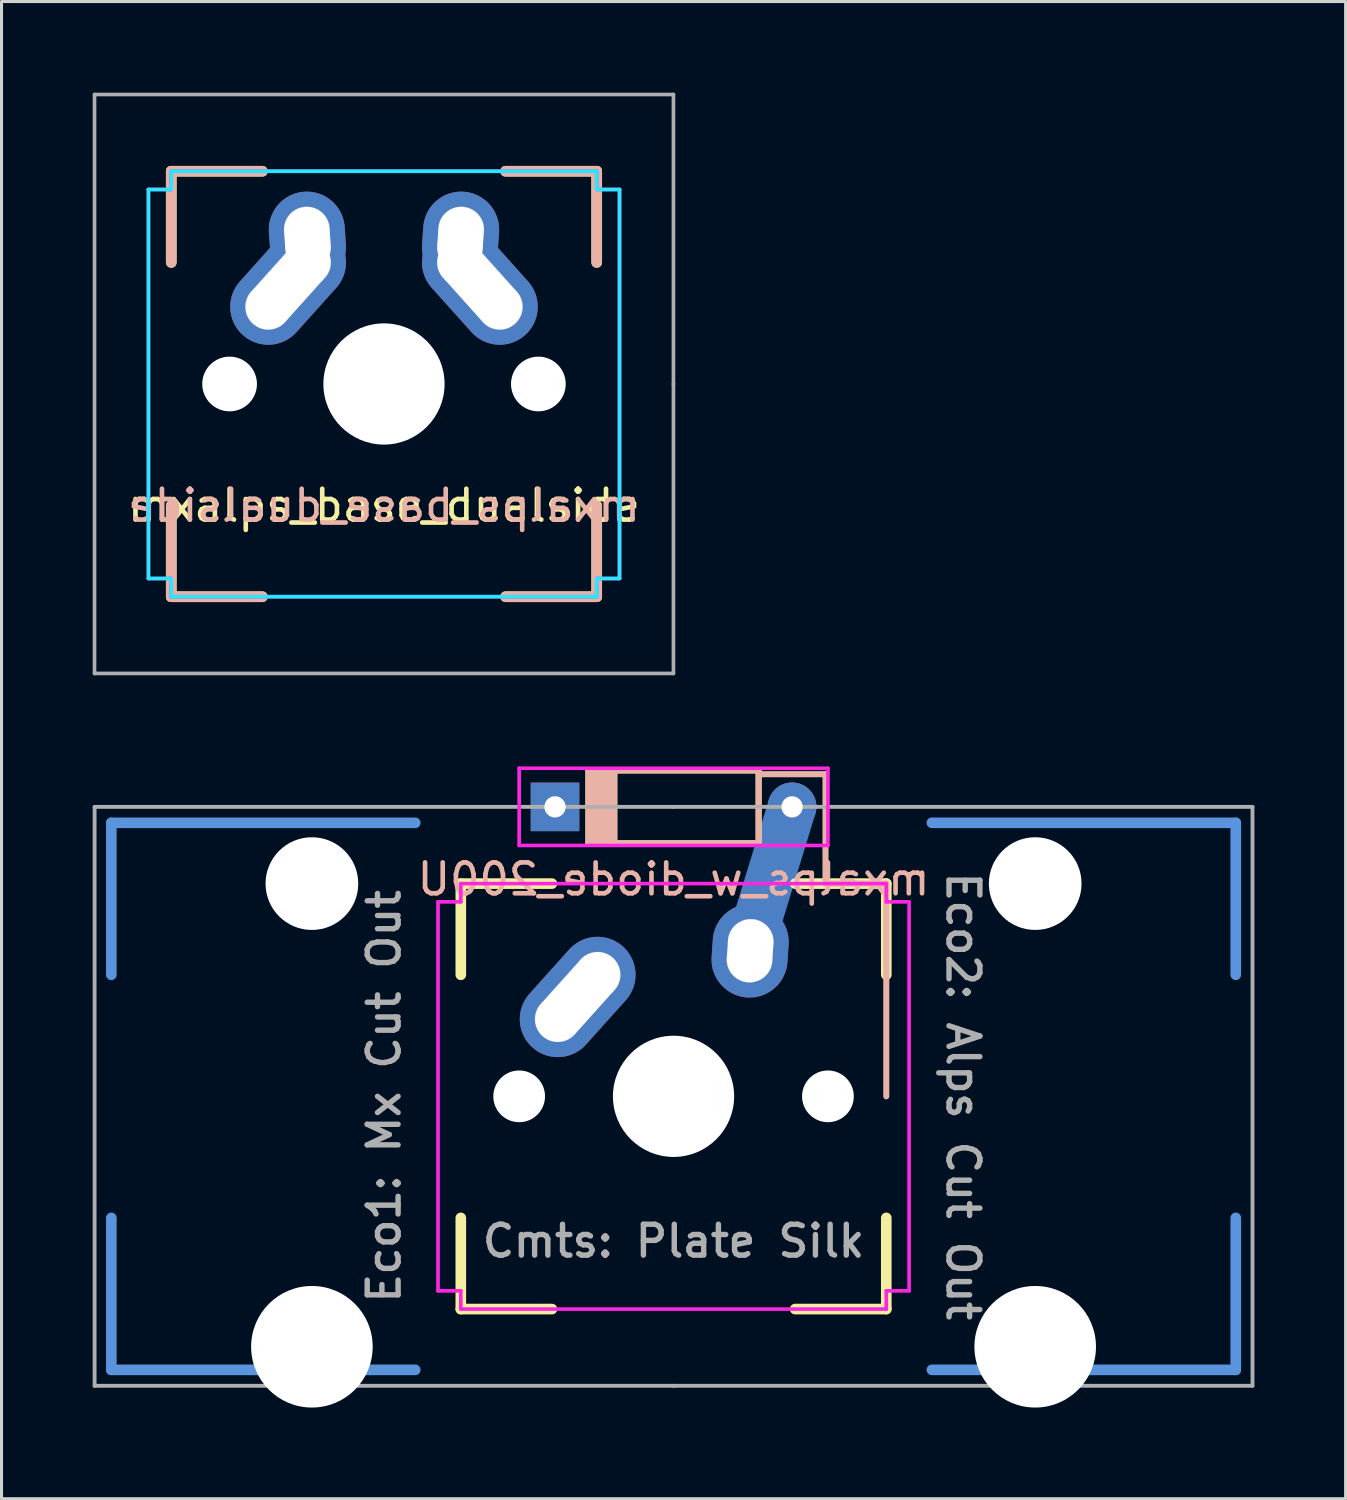
<source format=kicad_pcb>
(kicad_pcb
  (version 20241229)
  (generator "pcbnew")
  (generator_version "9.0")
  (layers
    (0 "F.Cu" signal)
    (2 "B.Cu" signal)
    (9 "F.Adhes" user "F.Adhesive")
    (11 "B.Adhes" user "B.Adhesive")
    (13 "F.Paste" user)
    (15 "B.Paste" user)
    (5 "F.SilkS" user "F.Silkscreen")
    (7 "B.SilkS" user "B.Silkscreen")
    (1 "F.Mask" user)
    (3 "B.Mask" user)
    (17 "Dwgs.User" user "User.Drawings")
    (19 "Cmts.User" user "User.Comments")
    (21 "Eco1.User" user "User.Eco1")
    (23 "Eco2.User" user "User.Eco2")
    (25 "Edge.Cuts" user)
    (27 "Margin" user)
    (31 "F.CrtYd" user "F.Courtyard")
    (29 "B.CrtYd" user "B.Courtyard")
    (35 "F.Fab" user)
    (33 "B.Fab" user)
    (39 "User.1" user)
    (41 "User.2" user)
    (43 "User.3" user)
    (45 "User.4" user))
  (footprint "mxalps_w_diode_200U"
    (layer "F.Cu")
    (at 19.113 33.025)
    (property "Reference" "mxalps_w_diode_200U" (at 0 -7.144 0) (layer "B.SilkS") (effects (font (size 1.016 1.016) (thickness 0.152)) (justify mirror)))
    (attr through_hole)
    (fp_line (start -7 -7) (end -7 -4) (stroke (width 0.35) (type solid)) (layer "F.SilkS"))
    (fp_line (start -7 -7) (end -4 -7) (stroke (width 0.35) (type solid)) (layer "F.SilkS"))
    (fp_line (start -7 7) (end -7 4) (stroke (width 0.35) (type solid)) (layer "F.SilkS"))
    (fp_line (start -7 7) (end -4 7) (stroke (width 0.35) (type solid)) (layer "F.SilkS"))
    (fp_line (start -2.8 -10.725) (end -2.8 -8.325) (stroke (width 0.2) (type solid)) (layer "F.SilkS"))
    (fp_line (start -2.8 -10.725) (end 2.8 -10.725) (stroke (width 0.2) (type solid)) (layer "F.SilkS"))
    (fp_line (start -2.625 -10.725) (end -2.625 -8.325) (stroke (width 0.2) (type solid)) (layer "F.SilkS"))
    (fp_line (start -2.45 -10.725) (end -2.45 -8.325) (stroke (width 0.2) (type solid)) (layer "F.SilkS"))
    (fp_line (start -2.275 -10.725) (end -2.275 -8.325) (stroke (width 0.2) (type solid)) (layer "F.SilkS"))
    (fp_line (start -2.1 -10.725) (end -2.1 -8.325) (stroke (width 0.2) (type solid)) (layer "F.SilkS"))
    (fp_line (start -1.95 -10.725) (end -1.95 -8.325) (stroke (width 0.2) (type solid)) (layer "F.SilkS"))
    (fp_line (start 2.8 -10.725) (end 2.8 -8.325) (stroke (width 0.2) (type solid)) (layer "F.SilkS"))
    (fp_line (start 2.8 -8.325) (end -2.8 -8.325) (stroke (width 0.2) (type solid)) (layer "F.SilkS"))
    (fp_line (start 7 -7) (end 4 -7) (stroke (width 0.35) (type solid)) (layer "F.SilkS"))
    (fp_line (start 7 -7) (end 7 -4) (stroke (width 0.35) (type solid)) (layer "F.SilkS"))
    (fp_line (start 7 7) (end 4 7) (stroke (width 0.35) (type solid)) (layer "F.SilkS"))
    (fp_line (start 7 7) (end 7 4) (stroke (width 0.35) (type solid)) (layer "F.SilkS"))
    (fp_line (start -2.8 -8.325) (end -2.8 -10.725) (stroke (width 0.2) (type solid)) (layer "B.SilkS"))
    (fp_line (start -2.8 -8.325) (end 2.8 -8.325) (stroke (width 0.2) (type solid)) (layer "B.SilkS"))
    (fp_line (start -2.625 -8.325) (end -2.625 -10.725) (stroke (width 0.2) (type solid)) (layer "B.SilkS"))
    (fp_line (start -2.45 -8.325) (end -2.45 -10.725) (stroke (width 0.2) (type solid)) (layer "B.SilkS"))
    (fp_line (start -2.275 -8.325) (end -2.275 -10.725) (stroke (width 0.2) (type solid)) (layer "B.SilkS"))
    (fp_line (start -2.1 -8.325) (end -2.1 -10.725) (stroke (width 0.2) (type solid)) (layer "B.SilkS"))
    (fp_line (start -1.95 -8.325) (end -1.95 -10.725) (stroke (width 0.2) (type solid)) (layer "B.SilkS"))
    (fp_line (start 2.8 -10.725) (end -2.8 -10.725) (stroke (width 0.2) (type solid)) (layer "B.SilkS"))
    (fp_line (start 2.8 -8.325) (end 2.8 -10.725) (stroke (width 0.2) (type solid)) (layer "B.SilkS"))
    (fp_line (start 5 -10.6) (end 2.9 -10.6) (stroke (width 0.2) (type solid)) (layer "B.SilkS"))
    (fp_line (start 5 -7) (end 5 -10.6) (stroke (width 0.2) (type solid)) (layer "B.SilkS"))
    (fp_line (start 7 -7) (end 5 -7) (stroke (width 0.2) (type solid)) (layer "B.SilkS"))
    (fp_line (start 7 -7) (end 7 0) (stroke (width 0.2) (type solid)) (layer "B.SilkS"))
    (fp_circle (center -3.81 -2.54) (end -3.06 -2.54) (stroke (width 0.01) (type solid)) (fill no) (layer "Dwgs.User"))
    (fp_circle (center -2.5 -4) (end -1.75 -4) (stroke (width 0.01) (type solid)) (fill no) (layer "Dwgs.User"))
    (fp_circle (center 2.5 -4.5) (end 3.25 -4.5) (stroke (width 0.01) (type solid)) (fill no) (layer "Dwgs.User"))
    (fp_circle (center 2.54 -5.08) (end 3.29 -5.08) (stroke (width 0.01) (type solid)) (fill no) (layer "Dwgs.User"))
    (fp_line (start -18.5 -9) (end -18.5 -4) (stroke (width 0.35) (type solid)) (layer "Cmts.User"))
    (fp_line (start -18.5 -9) (end -8.5 -9) (stroke (width 0.35) (type solid)) (layer "Cmts.User"))
    (fp_line (start -18.5 9) (end -18.5 4) (stroke (width 0.35) (type solid)) (layer "Cmts.User"))
    (fp_line (start -18.5 9) (end -8.5 9) (stroke (width 0.35) (type solid)) (layer "Cmts.User"))
    (fp_line (start 18.5 -9) (end 8.5 -9) (stroke (width 0.35) (type solid)) (layer "Cmts.User"))
    (fp_line (start 18.5 -9) (end 18.5 -4) (stroke (width 0.35) (type solid)) (layer "Cmts.User"))
    (fp_line (start 18.5 9) (end 8.5 9) (stroke (width 0.35) (type solid)) (layer "Cmts.User"))
    (fp_line (start 18.5 9) (end 18.5 4) (stroke (width 0.35) (type solid)) (layer "Cmts.User"))
    (fp_line (start -16.13 -2.3) (end -16.13 0.5) (stroke (width 0.1) (type solid)) (layer "Eco1.User"))
    (fp_line (start -16.13 0.5) (end -15.33 0.5) (stroke (width 0.1) (type solid)) (layer "Eco1.User"))
    (fp_line (start -15.33 -5.63) (end -15.33 -2.3) (stroke (width 0.1) (type solid)) (layer "Eco1.User"))
    (fp_line (start -15.33 -2.3) (end -16.13 -2.3) (stroke (width 0.1) (type solid)) (layer "Eco1.User"))
    (fp_line (start -15.33 0.5) (end -15.33 6.77) (stroke (width 0.1) (type solid)) (layer "Eco1.User"))
    (fp_line (start -15.33 6.77) (end -13.555 6.77) (stroke (width 0.1) (type solid)) (layer "Eco1.User"))
    (fp_line (start -13.555 6.77) (end -13.555 7.87) (stroke (width 0.1) (type solid)) (layer "Eco1.User"))
    (fp_line (start -13.555 7.87) (end -10.255 7.87) (stroke (width 0.1) (type solid)) (layer "Eco1.User"))
    (fp_line (start -10.255 6.77) (end -8.48 6.77) (stroke (width 0.1) (type solid)) (layer "Eco1.User"))
    (fp_line (start -10.255 7.87) (end -10.255 6.77) (stroke (width 0.1) (type solid)) (layer "Eco1.User"))
    (fp_line (start -8.48 -5.63) (end -15.33 -5.63) (stroke (width 0.1) (type solid)) (layer "Eco1.User"))
    (fp_line (start -8.48 -3.7) (end -8.48 -5.63) (stroke (width 0.1) (type solid)) (layer "Eco1.User"))
    (fp_line (start -8.48 3.7) (end -7 3.7) (stroke (width 0.1) (type solid)) (layer "Eco1.User"))
    (fp_line (start -8.48 6.77) (end -8.48 3.7) (stroke (width 0.1) (type solid)) (layer "Eco1.User"))
    (fp_line (start -7 -7) (end -7 -3.7) (stroke (width 0.1) (type solid)) (layer "Eco1.User"))
    (fp_line (start -7 -3.7) (end -8.48 -3.7) (stroke (width 0.1) (type solid)) (layer "Eco1.User"))
    (fp_line (start -7 3.7) (end -7 7) (stroke (width 0.1) (type solid)) (layer "Eco1.User"))
    (fp_line (start -7 7) (end 7 7) (stroke (width 0.1) (type solid)) (layer "Eco1.User"))
    (fp_line (start 7 -7) (end -7 -7) (stroke (width 0.1) (type solid)) (layer "Eco1.User"))
    (fp_line (start 7 -3.7) (end 7 -7) (stroke (width 0.1) (type solid)) (layer "Eco1.User"))
    (fp_line (start 7 3.7) (end 8.48 3.7) (stroke (width 0.1) (type solid)) (layer "Eco1.User"))
    (fp_line (start 7 7) (end 7 3.7) (stroke (width 0.1) (type solid)) (layer "Eco1.User"))
    (fp_line (start 8.48 -5.63) (end 8.48 -3.7) (stroke (width 0.1) (type solid)) (layer "Eco1.User"))
    (fp_line (start 8.48 -3.7) (end 7 -3.7) (stroke (width 0.1) (type solid)) (layer "Eco1.User"))
    (fp_line (start 8.48 3.7) (end 8.48 6.77) (stroke (width 0.1) (type solid)) (layer "Eco1.User"))
    (fp_line (start 8.48 6.77) (end 10.255 6.77) (stroke (width 0.1) (type solid)) (layer "Eco1.User"))
    (fp_line (start 10.255 6.77) (end 10.255 7.87) (stroke (width 0.1) (type solid)) (layer "Eco1.User"))
    (fp_line (start 10.255 7.87) (end 13.555 7.87) (stroke (width 0.1) (type solid)) (layer "Eco1.User"))
    (fp_line (start 13.555 6.77) (end 15.33 6.77) (stroke (width 0.1) (type solid)) (layer "Eco1.User"))
    (fp_line (start 13.555 7.87) (end 13.555 6.77) (stroke (width 0.1) (type solid)) (layer "Eco1.User"))
    (fp_line (start 15.33 -5.63) (end 8.48 -5.63) (stroke (width 0.1) (type solid)) (layer "Eco1.User"))
    (fp_line (start 15.33 -2.3) (end 15.33 -5.63) (stroke (width 0.1) (type solid)) (layer "Eco1.User"))
    (fp_line (start 15.33 0.5) (end 16.13 0.5) (stroke (width 0.1) (type solid)) (layer "Eco1.User"))
    (fp_line (start 15.33 6.77) (end 15.33 0.5) (stroke (width 0.1) (type solid)) (layer "Eco1.User"))
    (fp_line (start 16.13 -2.3) (end 15.33 -2.3) (stroke (width 0.1) (type solid)) (layer "Eco1.User"))
    (fp_line (start 16.13 0.5) (end 16.13 -2.3) (stroke (width 0.1) (type solid)) (layer "Eco1.User"))
    (fp_line (start -15.5 4.1) (end -15.5 9.1) (stroke (width 0.1) (type solid)) (layer "Eco2.User"))
    (fp_line (start -15.5 9.1) (end -13 9.1) (stroke (width 0.1) (type solid)) (layer "Eco2.User"))
    (fp_line (start -13 4.1) (end -15.5 4.1) (stroke (width 0.1) (type solid)) (layer "Eco2.User"))
    (fp_line (start -13 9.1) (end -13 4.1) (stroke (width 0.1) (type solid)) (layer "Eco2.User"))
    (fp_line (start -7.8 -6.4) (end -7.8 6.4) (stroke (width 0.1) (type solid)) (layer "Eco2.User"))
    (fp_line (start -7.8 6.4) (end 7.8 6.4) (stroke (width 0.1) (type solid)) (layer "Eco2.User"))
    (fp_line (start 7.8 -6.4) (end -7.8 -6.4) (stroke (width 0.1) (type solid)) (layer "Eco2.User"))
    (fp_line (start 7.8 6.4) (end 7.8 -6.4) (stroke (width 0.1) (type solid)) (layer "Eco2.User"))
    (fp_line (start 13 4.1) (end 15.5 4.1) (stroke (width 0.1) (type solid)) (layer "Eco2.User"))
    (fp_line (start 13 9.1) (end 13 4.1) (stroke (width 0.1) (type solid)) (layer "Eco2.User"))
    (fp_line (start 15.5 4.1) (end 15.5 9.1) (stroke (width 0.1) (type solid)) (layer "Eco2.User"))
    (fp_line (start 15.5 9.1) (end 13 9.1) (stroke (width 0.1) (type solid)) (layer "Eco2.User"))
    (fp_line (start -7.75 -6.4) (end -7.75 6.4) (stroke (width 0.12) (type solid)) (layer "F.CrtYd"))
    (fp_line (start -7.75 6.4) (end -7 6.4) (stroke (width 0.12) (type solid)) (layer "F.CrtYd"))
    (fp_line (start -7 -7) (end -7 -6.4) (stroke (width 0.12) (type solid)) (layer "F.CrtYd"))
    (fp_line (start -7 -6.4) (end -7.75 -6.4) (stroke (width 0.12) (type solid)) (layer "F.CrtYd"))
    (fp_line (start -7 6.4) (end -7 7) (stroke (width 0.12) (type solid)) (layer "F.CrtYd"))
    (fp_line (start -7 7) (end 7 7) (stroke (width 0.12) (type solid)) (layer "F.CrtYd"))
    (fp_line (start -5.08 -10.795) (end -5.08 -8.255) (stroke (width 0.12) (type solid)) (layer "F.CrtYd"))
    (fp_line (start -5.08 -8.255) (end 5.08 -8.255) (stroke (width 0.12) (type solid)) (layer "F.CrtYd"))
    (fp_line (start 5.08 -10.795) (end -5.08 -10.795) (stroke (width 0.12) (type solid)) (layer "F.CrtYd"))
    (fp_line (start 5.08 -8.255) (end 5.08 -10.795) (stroke (width 0.12) (type solid)) (layer "F.CrtYd"))
    (fp_line (start 7 -7) (end -7 -7) (stroke (width 0.12) (type solid)) (layer "F.CrtYd"))
    (fp_line (start 7 -6.4) (end 7 -7) (stroke (width 0.12) (type solid)) (layer "F.CrtYd"))
    (fp_line (start 7 6.4) (end 7.75 6.4) (stroke (width 0.12) (type solid)) (layer "F.CrtYd"))
    (fp_line (start 7 7) (end 7 6.4) (stroke (width 0.12) (type solid)) (layer "F.CrtYd"))
    (fp_line (start 7.75 -6.4) (end 7 -6.4) (stroke (width 0.12) (type solid)) (layer "F.CrtYd"))
    (fp_line (start 7.75 6.4) (end 7.75 -6.4) (stroke (width 0.12) (type solid)) (layer "F.CrtYd"))
    (fp_line (start -19.05 -9.525) (end -19.05 9.525) (stroke (width 0.127) (type solid)) (layer "F.Fab"))
    (fp_line (start -19.05 9.525) (end 0 9.525) (stroke (width 0.127) (type solid)) (layer "F.Fab"))
    (fp_line (start 0 -9.525) (end -19.05 -9.525) (stroke (width 0.127) (type solid)) (layer "F.Fab"))
    (fp_line (start 0 9.525) (end 19.05 9.525) (stroke (width 0.127) (type solid)) (layer "F.Fab"))
    (fp_line (start 19.05 -9.525) (end 0 -9.525) (stroke (width 0.127) (type solid)) (layer "F.Fab"))
    (fp_line (start 19.05 9.525) (end 19.05 -9.525) (stroke (width 0.127) (type solid)) (layer "F.Fab"))
    (fp_text user "Eco1: Mx Cut Out" (at -9.525 0 90) (unlocked yes) (layer "F.Fab") (effects (font (size 1.016 1.016) (thickness 0.178))))
    (fp_text user "Cmts: Plate Silk" (at 0 4.763 0) (layer "F.Fab") (effects (font (size 1.016 1.016) (thickness 0.178))))
    (fp_text user "Eco2: Alps Cut Out" (at 9.525 0 270) (unlocked yes) (layer "F.Fab") (effects (font (size 1.016 1.016) (thickness 0.178))))
    (pad "" np_thru_hole circle (at -11.9 -7) (size 3.05 3.05) (drill 3.05) (layers "*.Cu" "*.Mask"))
    (pad "" np_thru_hole circle (at -11.9 8.24) (size 4 4) (drill 4) (layers "*.Cu" "*.Mask"))
    (pad "" np_thru_hole circle (at -5.08 0) (size 1.702 1.702) (drill 1.702) (layers "*.Cu" "*.Mask"))
    (pad "" np_thru_hole circle (at 0 0) (size 3.988 3.988) (drill 3.988) (layers "*.Cu" "*.Mask"))
    (pad "" thru_hole oval (at 2.52 -4.79 356.1) (size 2.5 3.08) (drill oval 1.5 2.08) (layers "*.Cu" "*.Mask"))
    (pad "" thru_hole circle (at 3.9 -9.525) (size 1.6 1.6) (drill 0.7) (layers "*.Cu" "*.Mask"))
    (pad "" connect oval (at 3.9 -9.525 343) (size 1.6 5.6) (drill oval (offset 0 2)) (layers "B.Cu"))
    (pad "" np_thru_hole circle (at 5.08 0) (size 1.702 1.702) (drill 1.702) (layers "*.Cu" "*.Mask"))
    (pad "" np_thru_hole circle (at 11.9 -7) (size 3.05 3.05) (drill 3.05) (layers "*.Cu" "*.Mask"))
    (pad "" np_thru_hole circle (at 11.9 8.24) (size 4 4) (drill 4) (layers "*.Cu" "*.Mask"))
    (pad "1" thru_hole oval (at -3.155 -3.27 318.1) (size 2.5 4.46) (drill oval 1.5 3.46) (layers "*.Cu" "*.Mask"))
    (pad "2" thru_hole rect (at -3.9 -9.525) (size 1.6 1.6) (drill 0.7) (layers "*.Cu" "*.Mask")))
  (footprint "mxalps_base_dualside"
    (layer "F.Cu")
    (at 9.585 9.585)
    (property "Reference" "mxalps_base_dualside" (at 0 4 0) (layer "F.SilkS") (effects (font (size 1.016 1.016) (thickness 0.152))))
    (attr through_hole)
    (fp_line (start -7 -7) (end -7 -4) (stroke (width 0.35) (type solid)) (layer "F.SilkS"))
    (fp_line (start -7 -7) (end -4 -7) (stroke (width 0.35) (type solid)) (layer "F.SilkS"))
    (fp_line (start -7 7) (end -7 4) (stroke (width 0.35) (type solid)) (layer "F.SilkS"))
    (fp_line (start -7 7) (end -4 7) (stroke (width 0.35) (type solid)) (layer "F.SilkS"))
    (fp_line (start 7 -7) (end 4 -7) (stroke (width 0.35) (type solid)) (layer "F.SilkS"))
    (fp_line (start 7 -7) (end 7 -4) (stroke (width 0.35) (type solid)) (layer "F.SilkS"))
    (fp_line (start 7 7) (end 4 7) (stroke (width 0.35) (type solid)) (layer "F.SilkS"))
    (fp_line (start 7 7) (end 7 4) (stroke (width 0.35) (type solid)) (layer "F.SilkS"))
    (fp_line (start -7 -7) (end -7 -4) (stroke (width 0.35) (type solid)) (layer "B.SilkS"))
    (fp_line (start -7 -7) (end -4 -7) (stroke (width 0.35) (type solid)) (layer "B.SilkS"))
    (fp_line (start -7 7) (end -7 4) (stroke (width 0.35) (type solid)) (layer "B.SilkS"))
    (fp_line (start -7 7) (end -4 7) (stroke (width 0.35) (type solid)) (layer "B.SilkS"))
    (fp_line (start 7 -7) (end 4 -7) (stroke (width 0.35) (type solid)) (layer "B.SilkS"))
    (fp_line (start 7 -7) (end 7 -4) (stroke (width 0.35) (type solid)) (layer "B.SilkS"))
    (fp_line (start 7 7) (end 4 7) (stroke (width 0.35) (type solid)) (layer "B.SilkS"))
    (fp_line (start 7 7) (end 7 4) (stroke (width 0.35) (type solid)) (layer "B.SilkS"))
    (fp_circle (center -3.81 -2.54) (end -3.06 -2.54) (stroke (width 0.01) (type solid)) (fill no) (layer "Dwgs.User"))
    (fp_circle (center -2.54 -5.08) (end -3.29 -5.08) (stroke (width 0.01) (type solid)) (fill no) (layer "Dwgs.User"))
    (fp_circle (center -2.5 -4.5) (end -3.25 -4.5) (stroke (width 0.01) (type solid)) (fill no) (layer "Dwgs.User"))
    (fp_circle (center -2.5 -4) (end -1.75 -4) (stroke (width 0.01) (type solid)) (fill no) (layer "Dwgs.User"))
    (fp_circle (center 2.5 -4.5) (end 3.25 -4.5) (stroke (width 0.01) (type solid)) (fill no) (layer "Dwgs.User"))
    (fp_circle (center 2.5 -4) (end 1.75 -4) (stroke (width 0.01) (type solid)) (fill no) (layer "Dwgs.User"))
    (fp_circle (center 2.54 -5.08) (end 3.29 -5.08) (stroke (width 0.01) (type solid)) (fill no) (layer "Dwgs.User"))
    (fp_circle (center 3.81 -2.54) (end 3.06 -2.54) (stroke (width 0.01) (type solid)) (fill no) (layer "Dwgs.User"))
    (fp_line (start -7.75 -6.4) (end -7 -6.4) (stroke (width 0.12) (type solid)) (layer "B.CrtYd"))
    (fp_line (start -7.75 6.4) (end -7.75 -6.4) (stroke (width 0.12) (type solid)) (layer "B.CrtYd"))
    (fp_line (start -7 -7) (end 7 -7) (stroke (width 0.12) (type solid)) (layer "B.CrtYd"))
    (fp_line (start -7 -6.4) (end -7 -7) (stroke (width 0.12) (type solid)) (layer "B.CrtYd"))
    (fp_line (start -7 6.4) (end -7.75 6.4) (stroke (width 0.12) (type solid)) (layer "B.CrtYd"))
    (fp_line (start -7 7) (end -7 6.4) (stroke (width 0.12) (type solid)) (layer "B.CrtYd"))
    (fp_line (start 7 -7) (end 7 -6.4) (stroke (width 0.12) (type solid)) (layer "B.CrtYd"))
    (fp_line (start 7 -6.4) (end 7.75 -6.4) (stroke (width 0.12) (type solid)) (layer "B.CrtYd"))
    (fp_line (start 7 6.4) (end 7 7) (stroke (width 0.12) (type solid)) (layer "B.CrtYd"))
    (fp_line (start 7 7) (end -7 7) (stroke (width 0.12) (type solid)) (layer "B.CrtYd"))
    (fp_line (start 7.75 -6.4) (end 7.75 6.4) (stroke (width 0.12) (type solid)) (layer "B.CrtYd"))
    (fp_line (start 7.75 6.4) (end 7 6.4) (stroke (width 0.12) (type solid)) (layer "B.CrtYd"))
    (fp_line (start -7.75 -6.4) (end -7.75 6.4) (stroke (width 0.12) (type solid)) (layer "F.CrtYd"))
    (fp_line (start -7.75 6.4) (end -7 6.4) (stroke (width 0.12) (type solid)) (layer "F.CrtYd"))
    (fp_line (start -7 -7) (end -7 -6.4) (stroke (width 0.12) (type solid)) (layer "F.CrtYd"))
    (fp_line (start -7 -6.4) (end -7.75 -6.4) (stroke (width 0.12) (type solid)) (layer "F.CrtYd"))
    (fp_line (start -7 6.4) (end -7 7) (stroke (width 0.12) (type solid)) (layer "F.CrtYd"))
    (fp_line (start -7 7) (end 7 7) (stroke (width 0.12) (type solid)) (layer "F.CrtYd"))
    (fp_line (start 7 -7) (end -7 -7) (stroke (width 0.12) (type solid)) (layer "F.CrtYd"))
    (fp_line (start 7 -6.4) (end 7 -7) (stroke (width 0.12) (type solid)) (layer "F.CrtYd"))
    (fp_line (start 7 6.4) (end 7.75 6.4) (stroke (width 0.12) (type solid)) (layer "F.CrtYd"))
    (fp_line (start 7 7) (end 7 6.4) (stroke (width 0.12) (type solid)) (layer "F.CrtYd"))
    (fp_line (start 7.75 -6.4) (end 7 -6.4) (stroke (width 0.12) (type solid)) (layer "F.CrtYd"))
    (fp_line (start 7.75 6.4) (end 7.75 -6.4) (stroke (width 0.12) (type solid)) (layer "F.CrtYd"))
    (fp_line (start -9.525 -9.525) (end -9.525 9.525) (stroke (width 0.12) (type solid)) (layer "F.Fab"))
    (fp_line (start -9.525 9.525) (end 9.525 9.525) (stroke (width 0.12) (type solid)) (layer "F.Fab"))
    (fp_line (start 9.525 -9.525) (end -9.525 -9.525) (stroke (width 0.12) (type solid)) (layer "F.Fab"))
    (fp_line (start 9.525 0) (end 9.525 -9.525) (stroke (width 0.12) (type solid)) (layer "F.Fab"))
    (fp_line (start 9.525 9.525) (end 9.525 0) (stroke (width 0.12) (type solid)) (layer "F.Fab"))
    (fp_text user "${REFERENCE}" (at 0 4 0) (layer "B.SilkS") (effects (font (size 1.016 1.016) (thickness 0.152)) (justify mirror)))
    (pad "" np_thru_hole circle (at -5.08 0) (size 1.8 1.8) (drill 1.8) (layers "*.Cu" "*.Mask"))
    (pad "" np_thru_hole circle (at 0 0) (size 3.988 3.988) (drill 3.988) (layers "*.Cu" "*.Mask"))
    (pad "" np_thru_hole circle (at 5.08 0) (size 1.8 1.8) (drill 1.8) (layers "*.Cu" "*.Mask"))
    (pad "1" thru_hole oval (at -3.155 -3.27 318.1) (size 2.5 4.46) (drill oval 1.5 3.46) (layers "*.Cu" "*.Mask"))
    (pad "1" thru_hole oval (at -2.52 -4.79 3.9) (size 2.5 3.08) (drill oval 1.5 2.08) (layers "*.Cu" "*.Mask"))
    (pad "2" thru_hole oval (at 2.52 -4.79 356.1) (size 2.5 3.08) (drill oval 1.5 2.08) (layers "*.Cu" "*.Mask"))
    (pad "2" thru_hole oval (at 3.155 -3.27 41.9) (size 2.5 4.46) (drill oval 1.5 3.46) (layers "*.Cu" "*.Mask")))
  (gr_rect
    (start -3 -3)
    (end 41.227 46.265)
    (stroke (width 0.1) (type default))
    (fill no)
    (layer "Edge.Cuts")))
</source>
